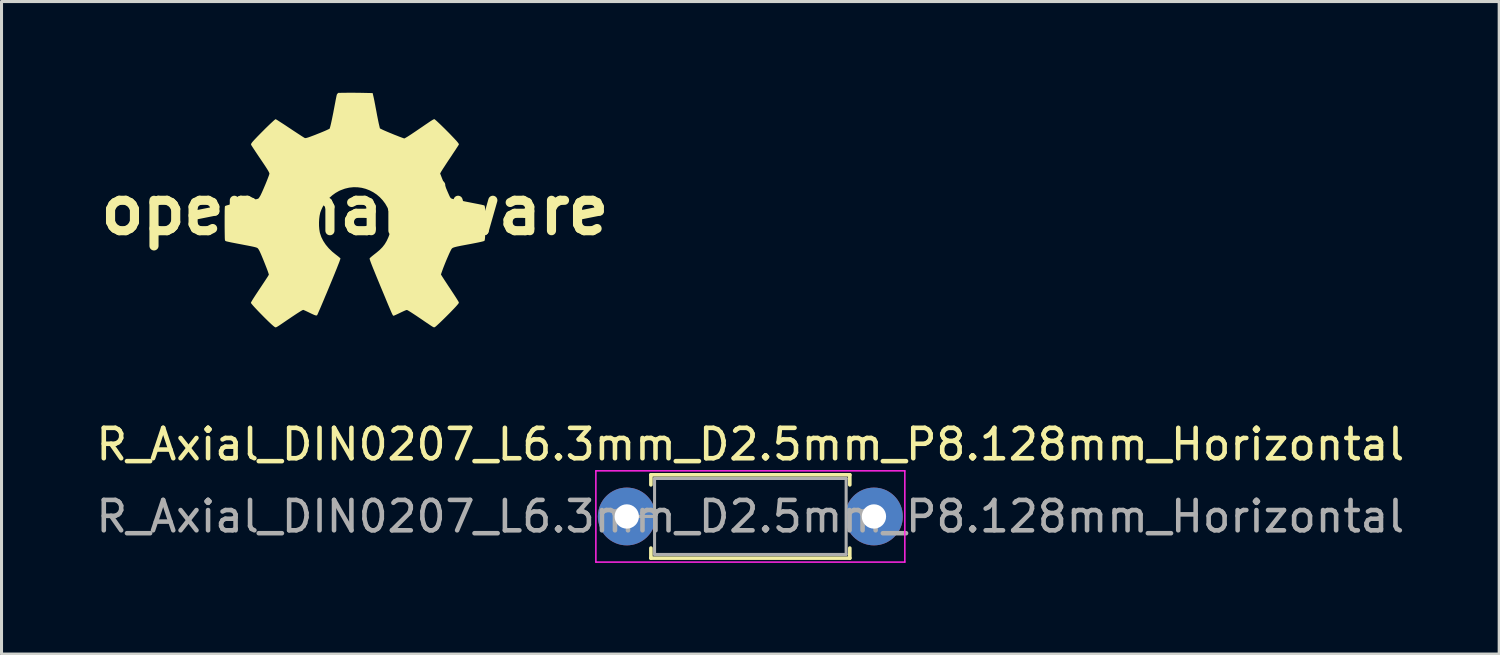
<source format=kicad_pcb>
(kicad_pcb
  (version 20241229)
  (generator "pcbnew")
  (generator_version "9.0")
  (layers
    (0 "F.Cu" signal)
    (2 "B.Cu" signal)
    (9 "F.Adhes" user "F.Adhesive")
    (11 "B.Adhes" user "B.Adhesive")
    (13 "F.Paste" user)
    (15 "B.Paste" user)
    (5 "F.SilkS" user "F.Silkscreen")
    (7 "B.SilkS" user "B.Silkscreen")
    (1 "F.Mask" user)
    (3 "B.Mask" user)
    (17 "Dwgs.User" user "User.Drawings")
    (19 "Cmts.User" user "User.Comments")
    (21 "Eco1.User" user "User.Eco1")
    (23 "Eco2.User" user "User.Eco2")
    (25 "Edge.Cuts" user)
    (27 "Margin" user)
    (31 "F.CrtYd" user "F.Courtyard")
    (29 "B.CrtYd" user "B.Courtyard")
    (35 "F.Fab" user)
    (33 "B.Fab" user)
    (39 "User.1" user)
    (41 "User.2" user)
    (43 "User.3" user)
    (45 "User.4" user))
  (footprint "open_hardware"
    (layer "F.Cu")
    (at 8.621 3.858)
    (property "Reference" "open_hardware" (at 0 0 0) (layer "F.SilkS") (effects (font (size 1.5 1.5) (thickness 0.3))))
    (attr board_only exclude_from_pos_files exclude_from_bom)
    (fp_poly (pts (xy -0.045 -3.858) (xy 0.057 -3.857) (xy 0.157 -3.856) (xy 0.251 -3.854) (xy 0.26 -3.854) (xy 0.583 -3.847) (xy 0.604 -3.758) (xy 0.611 -3.728) (xy 0.618 -3.697) (xy 0.625 -3.664) (xy 0.633 -3.626) (xy 0.642 -3.582) (xy 0.652 -3.528) (xy 0.665 -3.464) (xy 0.679 -3.386) (xy 0.697 -3.293) (xy 0.714 -3.202) (xy 0.728 -3.124) (xy 0.744 -3.045) (xy 0.759 -2.969) (xy 0.773 -2.901) (xy 0.785 -2.844) (xy 0.793 -2.811) (xy 0.822 -2.686) (xy 0.878 -2.658) (xy 0.921 -2.637) (xy 0.979 -2.611) (xy 1.049 -2.581) (xy 1.127 -2.548) (xy 1.21 -2.514) (xy 1.294 -2.479) (xy 1.377 -2.447) (xy 1.454 -2.416) (xy 1.524 -2.39) (xy 1.532 -2.387) (xy 1.623 -2.354) (xy 1.664 -2.375) (xy 1.687 -2.388) (xy 1.718 -2.406) (xy 1.756 -2.43) (xy 1.804 -2.461) (xy 1.862 -2.499) (xy 1.932 -2.546) (xy 2.014 -2.601) (xy 2.11 -2.667) (xy 2.218 -2.74) (xy 2.305 -2.8) (xy 2.378 -2.849) (xy 2.438 -2.89) (xy 2.486 -2.922) (xy 2.524 -2.946) (xy 2.553 -2.964) (xy 2.575 -2.976) (xy 2.591 -2.984) (xy 2.603 -2.988) (xy 2.611 -2.989) (xy 2.612 -2.989) (xy 2.625 -2.983) (xy 2.649 -2.963) (xy 2.684 -2.933) (xy 2.728 -2.892) (xy 2.779 -2.844) (xy 2.836 -2.79) (xy 2.897 -2.73) (xy 2.961 -2.668) (xy 3.025 -2.603) (xy 3.09 -2.538) (xy 3.152 -2.474) (xy 3.21 -2.413) (xy 3.264 -2.357) (xy 3.311 -2.306) (xy 3.35 -2.263) (xy 3.379 -2.229) (xy 3.394 -2.208) (xy 3.423 -2.167) (xy 3.404 -2.131) (xy 3.395 -2.116) (xy 3.376 -2.086) (xy 3.348 -2.044) (xy 3.314 -1.991) (xy 3.272 -1.928) (xy 3.226 -1.859) (xy 3.177 -1.784) (xy 3.13 -1.714) (xy 3.077 -1.635) (xy 3.026 -1.558) (xy 2.979 -1.486) (xy 2.936 -1.42) (xy 2.899 -1.364) (xy 2.87 -1.318) (xy 2.849 -1.284) (xy 2.839 -1.268) (xy 2.803 -1.202) (xy 2.867 -1.038) (xy 2.894 -0.971) (xy 2.924 -0.897) (xy 2.956 -0.821) (xy 2.988 -0.744) (xy 3.019 -0.67) (xy 3.049 -0.6) (xy 3.076 -0.538) (xy 3.099 -0.487) (xy 3.117 -0.448) (xy 3.129 -0.425) (xy 3.153 -0.394) (xy 3.184 -0.375) (xy 3.19 -0.373) (xy 3.211 -0.367) (xy 3.252 -0.358) (xy 3.312 -0.345) (xy 3.391 -0.329) (xy 3.489 -0.309) (xy 3.606 -0.286) (xy 3.742 -0.259) (xy 3.898 -0.228) (xy 4.048 -0.199) (xy 4.108 -0.187) (xy 4.162 -0.176) (xy 4.207 -0.165) (xy 4.239 -0.157) (xy 4.256 -0.151) (xy 4.257 -0.151) (xy 4.264 -0.142) (xy 4.27 -0.124) (xy 4.275 -0.097) (xy 4.279 -0.059) (xy 4.282 -0.009) (xy 4.284 0.055) (xy 4.286 0.134) (xy 4.287 0.228) (xy 4.287 0.34) (xy 4.287 0.425) (xy 4.287 0.551) (xy 4.286 0.658) (xy 4.285 0.748) (xy 4.283 0.823) (xy 4.281 0.884) (xy 4.277 0.931) (xy 4.273 0.966) (xy 4.268 0.991) (xy 4.262 1.006) (xy 4.258 1.012) (xy 4.246 1.018) (xy 4.219 1.027) (xy 4.177 1.038) (xy 4.12 1.051) (xy 4.047 1.067) (xy 3.956 1.085) (xy 3.848 1.106) (xy 3.721 1.13) (xy 3.703 1.133) (xy 3.592 1.154) (xy 3.5 1.171) (xy 3.423 1.187) (xy 3.361 1.2) (xy 3.311 1.212) (xy 3.272 1.223) (xy 3.242 1.233) (xy 3.219 1.243) (xy 3.203 1.253) (xy 3.19 1.264) (xy 3.189 1.266) (xy 3.174 1.286) (xy 3.154 1.322) (xy 3.129 1.373) (xy 3.1 1.434) (xy 3.069 1.505) (xy 3.035 1.583) (xy 3 1.665) (xy 2.966 1.749) (xy 2.932 1.834) (xy 2.9 1.916) (xy 2.872 1.994) (xy 2.856 2.038) (xy 2.829 2.118) (xy 2.867 2.18) (xy 2.881 2.202) (xy 2.904 2.238) (xy 2.935 2.286) (xy 2.973 2.344) (xy 3.016 2.409) (xy 3.062 2.48) (xy 3.111 2.553) (xy 3.122 2.569) (xy 3.19 2.673) (xy 3.248 2.761) (xy 3.296 2.835) (xy 3.335 2.896) (xy 3.366 2.945) (xy 3.389 2.983) (xy 3.406 3.011) (xy 3.415 3.031) (xy 3.419 3.042) (xy 3.419 3.044) (xy 3.413 3.06) (xy 3.394 3.088) (xy 3.361 3.127) (xy 3.316 3.178) (xy 3.256 3.242) (xy 3.197 3.303) (xy 3.129 3.374) (xy 3.059 3.444) (xy 2.989 3.514) (xy 2.922 3.58) (xy 2.857 3.643) (xy 2.798 3.7) (xy 2.745 3.749) (xy 2.701 3.79) (xy 2.666 3.821) (xy 2.642 3.84) (xy 2.635 3.844) (xy 2.626 3.849) (xy 2.617 3.854) (xy 2.609 3.856) (xy 2.599 3.856) (xy 2.586 3.852) (xy 2.569 3.844) (xy 2.545 3.83) (xy 2.513 3.81) (xy 2.472 3.783) (xy 2.421 3.748) (xy 2.356 3.705) (xy 2.278 3.652) (xy 2.235 3.622) (xy 2.121 3.545) (xy 2.022 3.478) (xy 1.938 3.423) (xy 1.868 3.377) (xy 1.811 3.341) (xy 1.767 3.314) (xy 1.736 3.296) (xy 1.715 3.287) (xy 1.712 3.286) (xy 1.697 3.287) (xy 1.671 3.295) (xy 1.632 3.311) (xy 1.579 3.335) (xy 1.511 3.367) (xy 1.497 3.374) (xy 1.439 3.402) (xy 1.386 3.427) (xy 1.34 3.448) (xy 1.305 3.463) (xy 1.283 3.472) (xy 1.279 3.473) (xy 1.268 3.475) (xy 1.258 3.471) (xy 1.248 3.459) (xy 1.235 3.437) (xy 1.217 3.4) (xy 1.209 3.383) (xy 1.197 3.357) (xy 1.179 3.315) (xy 1.155 3.258) (xy 1.125 3.188) (xy 1.091 3.108) (xy 1.053 3.017) (xy 1.013 2.92) (xy 0.97 2.816) (xy 0.925 2.708) (xy 0.879 2.598) (xy 0.833 2.488) (xy 0.788 2.378) (xy 0.744 2.272) (xy 0.702 2.17) (xy 0.663 2.074) (xy 0.628 1.987) (xy 0.596 1.91) (xy 0.57 1.844) (xy 0.56 1.819) (xy 0.532 1.747) (xy 0.51 1.687) (xy 0.494 1.64) (xy 0.485 1.608) (xy 0.483 1.593) (xy 0.49 1.582) (xy 0.505 1.566) (xy 0.53 1.544) (xy 0.565 1.514) (xy 0.614 1.475) (xy 0.676 1.426) (xy 0.705 1.404) (xy 0.813 1.313) (xy 0.905 1.22) (xy 0.982 1.121) (xy 1.046 1.013) (xy 1.101 0.893) (xy 1.127 0.824) (xy 1.167 0.687) (xy 1.191 0.557) (xy 1.198 0.431) (xy 1.192 0.336) (xy 1.167 0.186) (xy 1.125 0.045) (xy 1.068 -0.087) (xy 0.998 -0.21) (xy 0.914 -0.322) (xy 0.82 -0.422) (xy 0.716 -0.511) (xy 0.602 -0.587) (xy 0.482 -0.649) (xy 0.355 -0.698) (xy 0.223 -0.732) (xy 0.087 -0.75) (xy -0.051 -0.752) (xy -0.191 -0.737) (xy -0.33 -0.704) (xy -0.468 -0.653) (xy -0.523 -0.628) (xy -0.637 -0.563) (xy -0.746 -0.484) (xy -0.847 -0.394) (xy -0.935 -0.298) (xy -0.985 -0.232) (xy -1.029 -0.161) (xy -1.071 -0.083) (xy -1.107 -0.003) (xy -1.135 0.071) (xy -1.142 0.095) (xy -1.162 0.189) (xy -1.175 0.296) (xy -1.181 0.409) (xy -1.18 0.522) (xy -1.171 0.631) (xy -1.155 0.729) (xy -1.149 0.756) (xy -1.105 0.887) (xy -1.042 1.013) (xy -0.961 1.136) (xy -0.862 1.255) (xy -0.745 1.369) (xy -0.63 1.462) (xy -0.587 1.495) (xy -0.549 1.525) (xy -0.518 1.551) (xy -0.498 1.568) (xy -0.493 1.572) (xy -0.474 1.594) (xy -0.507 1.689) (xy -0.52 1.725) (xy -0.54 1.775) (xy -0.565 1.838) (xy -0.594 1.913) (xy -0.629 1.998) (xy -0.666 2.091) (xy -0.707 2.191) (xy -0.75 2.296) (xy -0.795 2.404) (xy -0.841 2.515) (xy -0.887 2.627) (xy -0.933 2.737) (xy -0.979 2.845) (xy -1.022 2.949) (xy -1.064 3.048) (xy -1.103 3.14) (xy -1.138 3.223) (xy -1.17 3.295) (xy -1.197 3.357) (xy -1.218 3.405) (xy -1.233 3.438) (xy -1.242 3.455) (xy -1.243 3.456) (xy -1.254 3.464) (xy -1.27 3.467) (xy -1.294 3.463) (xy -1.328 3.452) (xy -1.372 3.433) (xy -1.431 3.406) (xy -1.495 3.375) (xy -1.551 3.348) (xy -1.602 3.324) (xy -1.645 3.304) (xy -1.678 3.29) (xy -1.696 3.283) (xy -1.699 3.282) (xy -1.714 3.287) (xy -1.741 3.3) (xy -1.781 3.323) (xy -1.833 3.356) (xy -1.9 3.398) (xy -1.98 3.451) (xy -2.075 3.514) (xy -2.185 3.589) (xy -2.205 3.602) (xy -2.294 3.663) (xy -2.369 3.714) (xy -2.431 3.756) (xy -2.481 3.79) (xy -2.52 3.815) (xy -2.551 3.834) (xy -2.575 3.847) (xy -2.592 3.854) (xy -2.605 3.857) (xy -2.615 3.856) (xy -2.624 3.853) (xy -2.633 3.847) (xy -2.644 3.84) (xy -2.645 3.84) (xy -2.669 3.822) (xy -2.703 3.793) (xy -2.746 3.755) (xy -2.797 3.707) (xy -2.853 3.654) (xy -2.914 3.594) (xy -2.977 3.532) (xy -3.041 3.467) (xy -3.105 3.402) (xy -3.168 3.337) (xy -3.226 3.276) (xy -3.28 3.218) (xy -3.327 3.167) (xy -3.366 3.123) (xy -3.395 3.087) (xy -3.414 3.063) (xy -3.419 3.051) (xy -3.417 3.04) (xy -3.409 3.023) (xy -3.394 2.997) (xy -3.373 2.961) (xy -3.345 2.915) (xy -3.308 2.858) (xy -3.263 2.788) (xy -3.208 2.705) (xy -3.144 2.608) (xy -3.095 2.535) (xy -3.046 2.461) (xy -2.999 2.39) (xy -2.956 2.325) (xy -2.919 2.268) (xy -2.888 2.221) (xy -2.865 2.185) (xy -2.851 2.162) (xy -2.848 2.157) (xy -2.829 2.121) (xy -2.852 2.049) (xy -2.865 2.012) (xy -2.884 1.96) (xy -2.908 1.897) (xy -2.936 1.826) (xy -2.966 1.75) (xy -2.997 1.672) (xy -3.028 1.596) (xy -3.058 1.524) (xy -3.085 1.46) (xy -3.109 1.407) (xy -3.127 1.367) (xy -3.132 1.357) (xy -3.153 1.317) (xy -3.174 1.283) (xy -3.193 1.259) (xy -3.199 1.252) (xy -3.215 1.243) (xy -3.238 1.233) (xy -3.272 1.223) (xy -3.317 1.211) (xy -3.376 1.198) (xy -3.45 1.183) (xy -3.541 1.165) (xy -3.58 1.158) (xy -3.725 1.13) (xy -3.851 1.106) (xy -3.959 1.085) (xy -4.048 1.068) (xy -4.119 1.053) (xy -4.172 1.041) (xy -4.208 1.033) (xy -4.221 1.03) (xy -4.249 1.02) (xy -4.264 1.01) (xy -4.272 0.991) (xy -4.276 0.969) (xy -4.277 0.951) (xy -4.279 0.915) (xy -4.28 0.863) (xy -4.281 0.798) (xy -4.282 0.722) (xy -4.283 0.636) (xy -4.284 0.542) (xy -4.284 0.443) (xy -4.284 0.403) (xy -4.284 0.288) (xy -4.284 0.19) (xy -4.283 0.108) (xy -4.283 0.042) (xy -4.282 -0.011) (xy -4.28 -0.052) (xy -4.279 -0.083) (xy -4.277 -0.104) (xy -4.275 -0.119) (xy -4.272 -0.128) (xy -4.269 -0.131) (xy -4.254 -0.14) (xy -4.223 -0.151) (xy -4.177 -0.164) (xy -4.114 -0.179) (xy -4.035 -0.196) (xy -3.937 -0.217) (xy -3.822 -0.239) (xy -3.694 -0.264) (xy -3.585 -0.285) (xy -3.492 -0.304) (xy -3.414 -0.32) (xy -3.35 -0.333) (xy -3.298 -0.344) (xy -3.258 -0.353) (xy -3.227 -0.361) (xy -3.204 -0.367) (xy -3.188 -0.373) (xy -3.178 -0.378) (xy -3.175 -0.379) (xy -3.159 -0.396) (xy -3.139 -0.425) (xy -3.117 -0.461) (xy -3.109 -0.474) (xy -3.089 -0.515) (xy -3.064 -0.568) (xy -3.036 -0.63) (xy -3.006 -0.698) (xy -2.975 -0.771) (xy -2.943 -0.846) (xy -2.913 -0.919) (xy -2.885 -0.989) (xy -2.86 -1.054) (xy -2.839 -1.109) (xy -2.823 -1.154) (xy -2.814 -1.185) (xy -2.811 -1.196) (xy -2.814 -1.213) (xy -2.825 -1.24) (xy -2.844 -1.277) (xy -2.872 -1.325) (xy -2.91 -1.386) (xy -2.958 -1.46) (xy -3.017 -1.548) (xy -3.096 -1.665) (xy -3.165 -1.767) (xy -3.224 -1.855) (xy -3.274 -1.93) (xy -3.315 -1.992) (xy -3.348 -2.042) (xy -3.374 -2.082) (xy -3.393 -2.112) (xy -3.406 -2.133) (xy -3.413 -2.146) (xy -3.415 -2.151) (xy -3.413 -2.175) (xy -3.395 -2.208) (xy -3.394 -2.208) (xy -3.375 -2.234) (xy -3.344 -2.269) (xy -3.304 -2.314) (xy -3.255 -2.365) (xy -3.201 -2.422) (xy -3.141 -2.483) (xy -3.078 -2.547) (xy -3.013 -2.612) (xy -2.949 -2.677) (xy -2.885 -2.739) (xy -2.824 -2.798) (xy -2.768 -2.851) (xy -2.717 -2.898) (xy -2.675 -2.937) (xy -2.641 -2.966) (xy -2.617 -2.984) (xy -2.607 -2.989) (xy -2.596 -2.984) (xy -2.57 -2.969) (xy -2.531 -2.945) (xy -2.481 -2.912) (xy -2.42 -2.873) (xy -2.35 -2.828) (xy -2.274 -2.778) (xy -2.192 -2.723) (xy -2.129 -2.682) (xy -2.043 -2.624) (xy -1.962 -2.571) (xy -1.886 -2.521) (xy -1.818 -2.477) (xy -1.759 -2.438) (xy -1.71 -2.407) (xy -1.673 -2.384) (xy -1.65 -2.371) (xy -1.642 -2.367) (xy -1.62 -2.367) (xy -1.582 -2.375) (xy -1.529 -2.391) (xy -1.509 -2.398) (xy -1.453 -2.418) (xy -1.384 -2.444) (xy -1.307 -2.473) (xy -1.226 -2.506) (xy -1.144 -2.538) (xy -1.067 -2.57) (xy -0.997 -2.599) (xy -0.941 -2.624) (xy -0.921 -2.633) (xy -0.832 -2.675) (xy -0.816 -2.726) (xy -0.804 -2.771) (xy -0.789 -2.832) (xy -0.772 -2.909) (xy -0.753 -2.997) (xy -0.733 -3.096) (xy -0.711 -3.203) (xy -0.69 -3.316) (xy -0.684 -3.346) (xy -0.664 -3.451) (xy -0.647 -3.539) (xy -0.634 -3.611) (xy -0.622 -3.669) (xy -0.613 -3.715) (xy -0.606 -3.749) (xy -0.6 -3.775) (xy -0.595 -3.793) (xy -0.59 -3.806) (xy -0.585 -3.814) (xy -0.58 -3.82) (xy -0.575 -3.826) (xy -0.572 -3.829) (xy -0.547 -3.854) (xy -0.305 -3.857) (xy -0.231 -3.858) (xy -0.142 -3.858)) (stroke (width 0) (type solid)) (fill yes) (layer "F.SilkS")))
  (footprint "R_Axial_DIN0207_L6.3mm_D2.5mm_P8.128mm_Horizontal"
    (layer "F.Cu")
    (at 17.815 13.934)
    (property "Reference" "R_Axial_DIN0207_L6.3mm_D2.5mm_P8.128mm_Horizontal" (at 3.81 -2.37 0) (layer "F.SilkS") (effects (font (size 1 1) (thickness 0.15))))
    (attr through_hole)
    (fp_line (start 0.54 -1.37) (end 7.08 -1.37) (stroke (width 0.12) (type solid)) (layer "F.SilkS"))
    (fp_line (start 0.54 -1.04) (end 0.54 -1.37) (stroke (width 0.12) (type solid)) (layer "F.SilkS"))
    (fp_line (start 0.54 1.04) (end 0.54 1.37) (stroke (width 0.12) (type solid)) (layer "F.SilkS"))
    (fp_line (start 0.54 1.37) (end 7.08 1.37) (stroke (width 0.12) (type solid)) (layer "F.SilkS"))
    (fp_line (start 7.08 -1.37) (end 7.08 -1.04) (stroke (width 0.12) (type solid)) (layer "F.SilkS"))
    (fp_line (start 7.08 1.37) (end 7.08 1.04) (stroke (width 0.12) (type solid)) (layer "F.SilkS"))
    (fp_line (start -1.27 -1.5) (end -1.27 1.5) (stroke (width 0.05) (type solid)) (layer "F.CrtYd"))
    (fp_line (start -1.27 1.5) (end 8.89 1.5) (stroke (width 0.05) (type solid)) (layer "F.CrtYd"))
    (fp_line (start 8.89 -1.5) (end -1.27 -1.5) (stroke (width 0.05) (type solid)) (layer "F.CrtYd"))
    (fp_line (start 8.89 1.5) (end 8.89 -1.5) (stroke (width 0.05) (type solid)) (layer "F.CrtYd"))
    (fp_line (start 0 0) (end 0.66 0) (stroke (width 0.1) (type solid)) (layer "F.Fab"))
    (fp_line (start 0.66 -1.25) (end 0.66 1.25) (stroke (width 0.1) (type solid)) (layer "F.Fab"))
    (fp_line (start 0.66 1.25) (end 6.96 1.25) (stroke (width 0.1) (type solid)) (layer "F.Fab"))
    (fp_line (start 6.96 -1.25) (end 0.66 -1.25) (stroke (width 0.1) (type solid)) (layer "F.Fab"))
    (fp_line (start 6.96 1.25) (end 6.96 -1.25) (stroke (width 0.1) (type solid)) (layer "F.Fab"))
    (fp_text user "${REFERENCE}" (at 3.81 0 0) (layer "F.Fab") (effects (font (size 1 1) (thickness 0.15))))
    (pad "1" thru_hole circle (at -0.254 0) (size 1.9 1.9) (drill 0.8) (layers "*.Cu" "*.Mask"))
    (pad "2" thru_hole oval (at 7.874 0) (size 1.9 1.9) (drill 0.8) (layers "*.Cu" "*.Mask")))
  (gr_rect
    (start -3 -3)
    (end 46.25 18.459)
    (stroke (width 0.1) (type default))
    (fill no)
    (layer "Edge.Cuts")))
</source>
